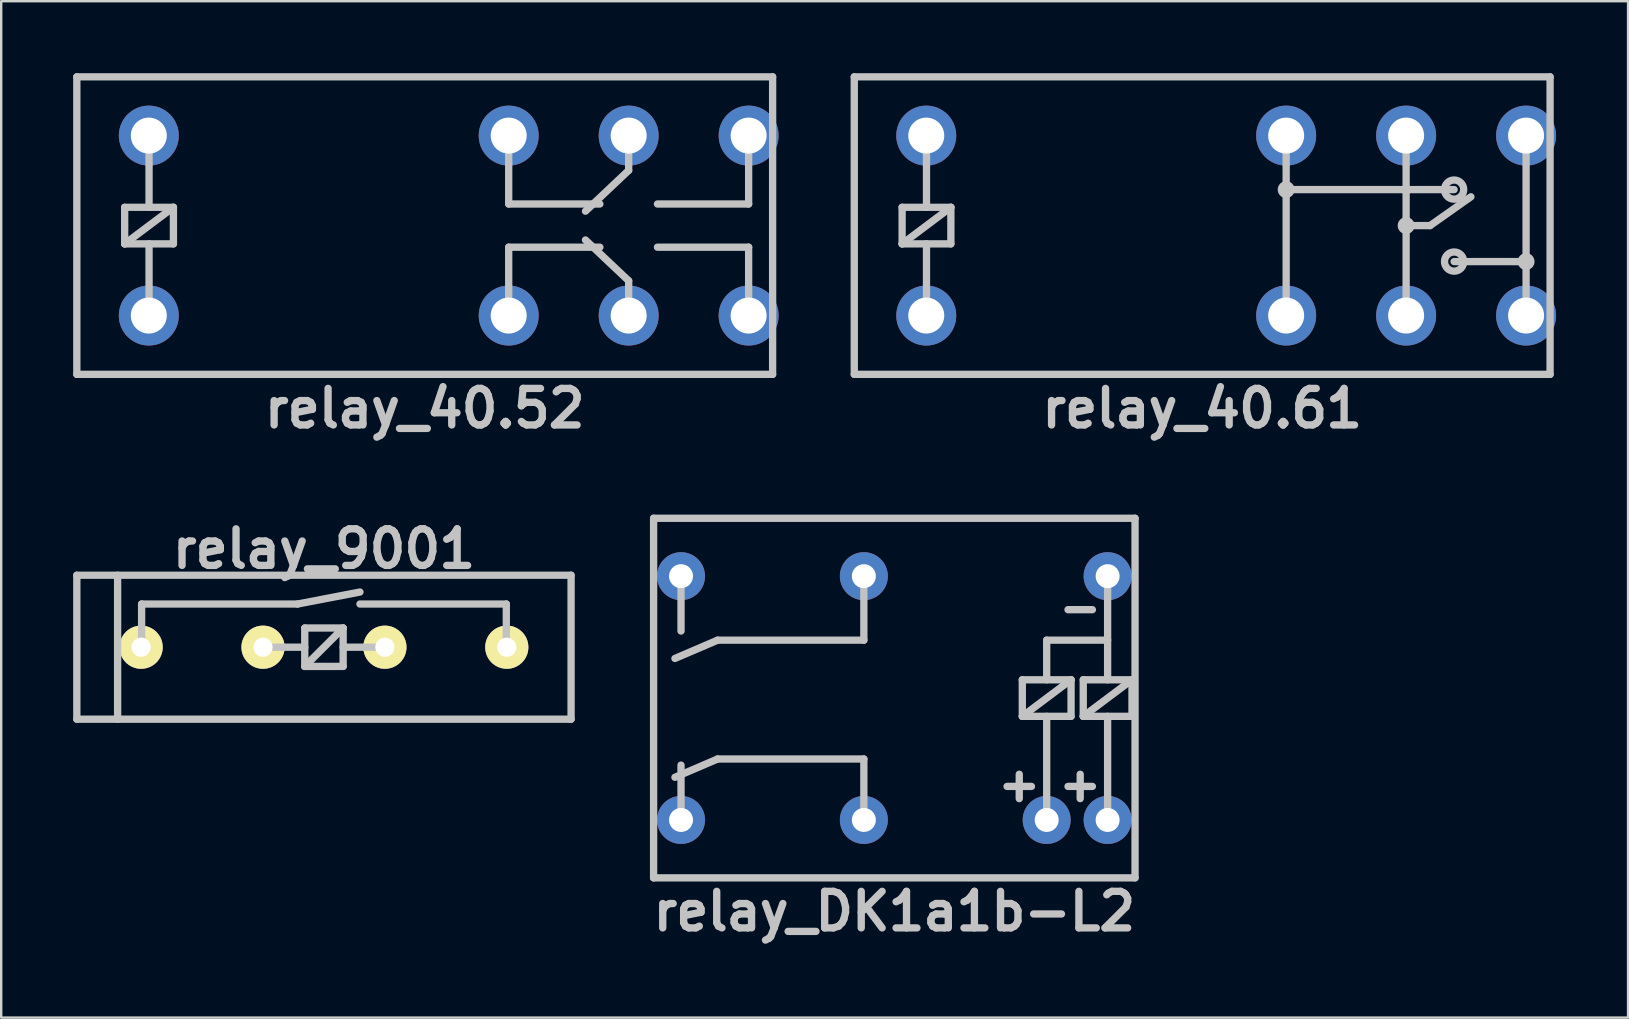
<source format=kicad_pcb>
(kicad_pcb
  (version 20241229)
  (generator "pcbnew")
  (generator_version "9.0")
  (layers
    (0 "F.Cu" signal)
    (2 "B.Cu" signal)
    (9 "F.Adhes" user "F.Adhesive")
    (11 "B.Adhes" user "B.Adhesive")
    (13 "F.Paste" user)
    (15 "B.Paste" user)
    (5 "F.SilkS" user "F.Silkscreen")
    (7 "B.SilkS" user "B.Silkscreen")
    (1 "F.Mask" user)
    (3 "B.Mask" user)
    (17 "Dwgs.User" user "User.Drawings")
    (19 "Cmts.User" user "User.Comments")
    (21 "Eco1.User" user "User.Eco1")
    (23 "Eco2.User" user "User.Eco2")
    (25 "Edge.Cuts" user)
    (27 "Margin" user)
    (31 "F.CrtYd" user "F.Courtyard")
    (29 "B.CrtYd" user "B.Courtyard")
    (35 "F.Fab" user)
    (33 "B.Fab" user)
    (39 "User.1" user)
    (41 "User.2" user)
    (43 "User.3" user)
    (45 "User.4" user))
  (footprint "relay_40.52"
    (layer "F.Cu")
    (at 14.652 6.352)
    (property "Reference" "relay_40.52" (at 0 7.62 0) (layer "Dwgs.User") (effects (font (size 1.524 1.524) (thickness 0.305))))
    (attr through_hole)
    (fp_line (start -14.5 -6.2) (end -14.5 6.2) (stroke (width 0.305) (type solid)) (layer "Dwgs.User"))
    (fp_line (start -14.5 -6.2) (end 14.5 -6.2) (stroke (width 0.305) (type solid)) (layer "Dwgs.User"))
    (fp_line (start -14.5 6.2) (end 14.5 6.2) (stroke (width 0.305) (type solid)) (layer "Dwgs.User"))
    (fp_line (start -12.506 -0.762) (end -10.474 -0.762) (stroke (width 0.305) (type solid)) (layer "Dwgs.User"))
    (fp_line (start -12.506 0.762) (end -12.506 -0.762) (stroke (width 0.305) (type solid)) (layer "Dwgs.User"))
    (fp_line (start -12.506 0.762) (end -10.474 -0.762) (stroke (width 0.305) (type solid)) (layer "Dwgs.User"))
    (fp_line (start -11.49 -3.81) (end -11.49 -0.762) (stroke (width 0.305) (type solid)) (layer "Dwgs.User"))
    (fp_line (start -11.49 3.81) (end -11.49 0.762) (stroke (width 0.305) (type solid)) (layer "Dwgs.User"))
    (fp_line (start -10.474 -0.762) (end -10.474 0.762) (stroke (width 0.305) (type solid)) (layer "Dwgs.User"))
    (fp_line (start -10.474 0.762) (end -12.506 0.762) (stroke (width 0.305) (type solid)) (layer "Dwgs.User"))
    (fp_line (start 3.5 -3.7) (end 3.5 -0.9) (stroke (width 0.305) (type solid)) (layer "Dwgs.User"))
    (fp_line (start 3.5 -0.9) (end 7.3 -0.9) (stroke (width 0.305) (type solid)) (layer "Dwgs.User"))
    (fp_line (start 3.5 0.9) (end 7.3 0.9) (stroke (width 0.305) (type solid)) (layer "Dwgs.User"))
    (fp_line (start 3.5 3.7) (end 3.5 0.9) (stroke (width 0.305) (type solid)) (layer "Dwgs.User"))
    (fp_line (start 8.5 -3.7) (end 8.5 -2.3) (stroke (width 0.305) (type solid)) (layer "Dwgs.User"))
    (fp_line (start 8.5 -2.3) (end 6.7 -0.6) (stroke (width 0.305) (type solid)) (layer "Dwgs.User"))
    (fp_line (start 8.5 2.3) (end 6.7 0.6) (stroke (width 0.305) (type solid)) (layer "Dwgs.User"))
    (fp_line (start 8.5 3.7) (end 8.5 2.3) (stroke (width 0.305) (type solid)) (layer "Dwgs.User"))
    (fp_line (start 9.7 -0.9) (end 13.5 -0.9) (stroke (width 0.305) (type solid)) (layer "Dwgs.User"))
    (fp_line (start 9.7 0.9) (end 13.5 0.9) (stroke (width 0.305) (type solid)) (layer "Dwgs.User"))
    (fp_line (start 13.5 -3.7) (end 13.5 -0.9) (stroke (width 0.305) (type solid)) (layer "Dwgs.User"))
    (fp_line (start 13.5 3.7) (end 13.5 0.9) (stroke (width 0.305) (type solid)) (layer "Dwgs.User"))
    (fp_line (start 14.5 -6.2) (end 14.5 6.2) (stroke (width 0.305) (type solid)) (layer "Dwgs.User"))
    (pad "1" thru_hole circle (at -11.5 3.75) (size 2.5 2.5) (drill 1.5) (layers "*.Cu" "*.Mask"))
    (pad "2" thru_hole circle (at -11.5 -3.75) (size 2.5 2.5) (drill 1.5) (layers "*.Cu" "*.Mask"))
    (pad "11" thru_hole circle (at 8.5 3.75) (size 2.5 2.5) (drill 1.5) (layers "*.Cu" "*.Mask"))
    (pad "12" thru_hole circle (at 3.5 3.75) (size 2.5 2.5) (drill 1.5) (layers "*.Cu" "*.Mask"))
    (pad "14" thru_hole circle (at 13.5 3.75) (size 2.5 2.5) (drill 1.5) (layers "*.Cu" "*.Mask"))
    (pad "21" thru_hole circle (at 8.5 -3.75) (size 2.5 2.5) (drill 1.5) (layers "*.Cu" "*.Mask"))
    (pad "22" thru_hole circle (at 3.5 -3.75) (size 2.5 2.5) (drill 1.5) (layers "*.Cu" "*.Mask"))
    (pad "24" thru_hole circle (at 13.5 -3.75) (size 2.5 2.5) (drill 1.5) (layers "*.Cu" "*.Mask")))
  (footprint "relay_9001"
    (layer "F.Cu")
    (at 10.452 23.925)
    (property "Reference" "relay_9001" (at 0 -4.1 0) (layer "Dwgs.User") (effects (font (size 1.524 1.524) (thickness 0.305))))
    (attr through_hole)
    (fp_line (start -10.3 -3) (end -10.3 3) (stroke (width 0.305) (type solid)) (layer "Dwgs.User"))
    (fp_line (start -10.3 -3) (end 10.3 -3) (stroke (width 0.305) (type solid)) (layer "Dwgs.User"))
    (fp_line (start -10.3 3) (end 10.3 3) (stroke (width 0.305) (type solid)) (layer "Dwgs.User"))
    (fp_line (start -8.6 -3) (end -8.6 3) (stroke (width 0.305) (type solid)) (layer "Dwgs.User"))
    (fp_line (start -7.6 -1.8) (end -7.6 0) (stroke (width 0.305) (type solid)) (layer "Dwgs.User"))
    (fp_line (start -7.6 -1.8) (end -1.1 -1.8) (stroke (width 0.305) (type solid)) (layer "Dwgs.User"))
    (fp_line (start -2.5 0) (end -0.8 0) (stroke (width 0.305) (type solid)) (layer "Dwgs.User"))
    (fp_line (start -1.1 -1.8) (end 1.5 -2.3) (stroke (width 0.305) (type solid)) (layer "Dwgs.User"))
    (fp_line (start -0.8 -0.8) (end 0.8 -0.8) (stroke (width 0.305) (type solid)) (layer "Dwgs.User"))
    (fp_line (start -0.8 0.8) (end -0.8 -0.8) (stroke (width 0.305) (type solid)) (layer "Dwgs.User"))
    (fp_line (start -0.8 0.8) (end 0.8 -0.8) (stroke (width 0.305) (type solid)) (layer "Dwgs.User"))
    (fp_line (start -0.8 0.8) (end 0.8 0.8) (stroke (width 0.305) (type solid)) (layer "Dwgs.User"))
    (fp_line (start 0.8 -0.8) (end 0.8 0.8) (stroke (width 0.305) (type solid)) (layer "Dwgs.User"))
    (fp_line (start 0.8 0) (end 2.5 0) (stroke (width 0.305) (type solid)) (layer "Dwgs.User"))
    (fp_line (start 1.5 -1.8) (end 7.6 -1.8) (stroke (width 0.305) (type solid)) (layer "Dwgs.User"))
    (fp_line (start 7.6 -1.8) (end 7.6 0) (stroke (width 0.305) (type solid)) (layer "Dwgs.User"))
    (fp_line (start 10.3 -3) (end 10.3 3) (stroke (width 0.305) (type solid)) (layer "Dwgs.User"))
    (pad "1" thru_hole circle (at -7.62 0) (size 1.8 1.8) (drill 0.8) (layers "*.Cu" "*.Mask" "F.SilkS"))
    (pad "3" thru_hole circle (at -2.54 0) (size 1.8 1.8) (drill 0.8) (layers "*.Cu" "*.Mask" "F.SilkS"))
    (pad "5" thru_hole circle (at 2.54 0) (size 1.8 1.8) (drill 0.8) (layers "*.Cu" "*.Mask" "F.SilkS"))
    (pad "7" thru_hole circle (at 7.62 0) (size 1.8 1.8) (drill 0.8) (layers "*.Cu" "*.Mask" "F.SilkS")))
  (footprint "relay_40.61"
    (layer "F.Cu")
    (at 47.055 6.352)
    (property "Reference" "relay_40.61" (at 0 7.62 0) (layer "Dwgs.User") (effects (font (size 1.524 1.524) (thickness 0.305))))
    (attr through_hole)
    (fp_line (start -14.5 -6.2) (end -14.5 6.2) (stroke (width 0.305) (type solid)) (layer "Dwgs.User"))
    (fp_line (start -14.5 -6.2) (end 14.5 -6.2) (stroke (width 0.305) (type solid)) (layer "Dwgs.User"))
    (fp_line (start -14.5 6.2) (end 14.5 6.2) (stroke (width 0.305) (type solid)) (layer "Dwgs.User"))
    (fp_line (start -12.506 -0.762) (end -10.474 -0.762) (stroke (width 0.305) (type solid)) (layer "Dwgs.User"))
    (fp_line (start -12.506 0.762) (end -12.506 -0.762) (stroke (width 0.305) (type solid)) (layer "Dwgs.User"))
    (fp_line (start -12.506 0.762) (end -10.474 -0.762) (stroke (width 0.305) (type solid)) (layer "Dwgs.User"))
    (fp_line (start -11.49 -3.81) (end -11.49 -0.762) (stroke (width 0.305) (type solid)) (layer "Dwgs.User"))
    (fp_line (start -11.49 3.81) (end -11.49 0.762) (stroke (width 0.305) (type solid)) (layer "Dwgs.User"))
    (fp_line (start -10.474 -0.762) (end -10.474 0.762) (stroke (width 0.305) (type solid)) (layer "Dwgs.User"))
    (fp_line (start -10.474 0.762) (end -12.506 0.762) (stroke (width 0.305) (type solid)) (layer "Dwgs.User"))
    (fp_line (start 3.5 -3.7) (end 3.5 3.7) (stroke (width 0.305) (type solid)) (layer "Dwgs.User"))
    (fp_line (start 3.5 -1.5) (end 10.5 -1.5) (stroke (width 0.305) (type solid)) (layer "Dwgs.User"))
    (fp_line (start 8.5 -3.7) (end 8.5 -1.4) (stroke (width 0.305) (type solid)) (layer "Dwgs.User"))
    (fp_line (start 8.5 0) (end 9.5 0) (stroke (width 0.305) (type solid)) (layer "Dwgs.User"))
    (fp_line (start 8.5 3.7) (end 8.5 -1.4) (stroke (width 0.305) (type solid)) (layer "Dwgs.User"))
    (fp_line (start 9.5 0) (end 11.2 -1.2) (stroke (width 0.305) (type solid)) (layer "Dwgs.User"))
    (fp_line (start 10.5 1.5) (end 13.5 1.5) (stroke (width 0.305) (type solid)) (layer "Dwgs.User"))
    (fp_line (start 13.5 -3.7) (end 13.5 3.7) (stroke (width 0.305) (type solid)) (layer "Dwgs.User"))
    (fp_line (start 14.5 -6.2) (end 14.5 6.2) (stroke (width 0.305) (type solid)) (layer "Dwgs.User"))
    (fp_circle (center 3.5 -1.5) (end 3.3 -1.5) (stroke (width 0.305) (type solid)) (fill no) (layer "Dwgs.User"))
    (fp_circle (center 8.5 0) (end 8.7 0) (stroke (width 0.305) (type solid)) (fill no) (layer "Dwgs.User"))
    (fp_circle (center 10.5 -1.5) (end 10.1 -1.5) (stroke (width 0.305) (type solid)) (fill no) (layer "Dwgs.User"))
    (fp_circle (center 10.5 1.5) (end 10.1 1.5) (stroke (width 0.305) (type solid)) (fill no) (layer "Dwgs.User"))
    (fp_circle (center 13.5 1.5) (end 13.7 1.5) (stroke (width 0.305) (type solid)) (fill no) (layer "Dwgs.User"))
    (pad "1" thru_hole circle (at -11.5 3.75) (size 2.5 2.5) (drill 1.5) (layers "*.Cu" "*.Mask"))
    (pad "2" thru_hole circle (at -11.5 -3.75) (size 2.5 2.5) (drill 1.5) (layers "*.Cu" "*.Mask"))
    (pad "11" thru_hole circle (at 8.5 3.75) (size 2.5 2.5) (drill 1.5) (layers "*.Cu" "*.Mask"))
    (pad "12" thru_hole circle (at 3.5 3.75) (size 2.5 2.5) (drill 1.5) (layers "*.Cu" "*.Mask"))
    (pad "14" thru_hole circle (at 13.5 3.75) (size 2.5 2.5) (drill 1.5) (layers "*.Cu" "*.Mask"))
    (pad "21" thru_hole circle (at 8.5 -3.75) (size 2.5 2.5) (drill 1.5) (layers "*.Cu" "*.Mask"))
    (pad "22" thru_hole circle (at 3.5 -3.75) (size 2.5 2.5) (drill 1.5) (layers "*.Cu" "*.Mask"))
    (pad "24" thru_hole circle (at 13.5 -3.75) (size 2.5 2.5) (drill 1.5) (layers "*.Cu" "*.Mask")))
  (footprint "relay_DK1a1b-L2"
    (layer "F.Cu")
    (at 34.224 26.044)
    (property "Reference" "relay_DK1a1b-L2" (at 0 8.89 0) (layer "Dwgs.User") (effects (font (size 1.524 1.524) (thickness 0.305))))
    (attr through_hole)
    (fp_line (start -10.033 -7.493) (end -10.033 7.493) (stroke (width 0.305) (type solid)) (layer "Dwgs.User"))
    (fp_line (start -10.033 7.493) (end 10.033 7.493) (stroke (width 0.305) (type solid)) (layer "Dwgs.User"))
    (fp_line (start -8.89 -5.08) (end -8.89 -2.794) (stroke (width 0.305) (type solid)) (layer "Dwgs.User"))
    (fp_line (start -8.89 2.794) (end -8.89 5.08) (stroke (width 0.305) (type solid)) (layer "Dwgs.User"))
    (fp_line (start -7.366 -2.413) (end -9.144 -1.651) (stroke (width 0.305) (type solid)) (layer "Dwgs.User"))
    (fp_line (start -7.366 2.54) (end -9.144 3.302) (stroke (width 0.305) (type solid)) (layer "Dwgs.User"))
    (fp_line (start -1.27 -4.953) (end -1.27 -2.413) (stroke (width 0.305) (type solid)) (layer "Dwgs.User"))
    (fp_line (start -1.27 -2.413) (end -7.366 -2.413) (stroke (width 0.305) (type solid)) (layer "Dwgs.User"))
    (fp_line (start -1.27 2.54) (end -7.366 2.54) (stroke (width 0.305) (type solid)) (layer "Dwgs.User"))
    (fp_line (start -1.27 2.54) (end -1.27 5.08) (stroke (width 0.305) (type solid)) (layer "Dwgs.User"))
    (fp_line (start 4.699 3.683) (end 5.715 3.683) (stroke (width 0.305) (type solid)) (layer "Dwgs.User"))
    (fp_line (start 5.207 3.175) (end 5.207 4.191) (stroke (width 0.305) (type solid)) (layer "Dwgs.User"))
    (fp_line (start 5.334 -0.762) (end 7.366 -0.762) (stroke (width 0.305) (type solid)) (layer "Dwgs.User"))
    (fp_line (start 5.334 0.762) (end 5.334 -0.762) (stroke (width 0.305) (type solid)) (layer "Dwgs.User"))
    (fp_line (start 6.35 -2.413) (end 8.89 -2.413) (stroke (width 0.305) (type solid)) (layer "Dwgs.User"))
    (fp_line (start 6.35 -0.762) (end 6.35 -2.413) (stroke (width 0.305) (type solid)) (layer "Dwgs.User"))
    (fp_line (start 6.35 5.08) (end 6.35 0.762) (stroke (width 0.305) (type solid)) (layer "Dwgs.User"))
    (fp_line (start 7.239 -3.683) (end 8.255 -3.683) (stroke (width 0.305) (type solid)) (layer "Dwgs.User"))
    (fp_line (start 7.239 3.683) (end 8.255 3.683) (stroke (width 0.305) (type solid)) (layer "Dwgs.User"))
    (fp_line (start 7.366 -0.762) (end 5.334 0.762) (stroke (width 0.305) (type solid)) (layer "Dwgs.User"))
    (fp_line (start 7.366 -0.762) (end 7.366 0.762) (stroke (width 0.305) (type solid)) (layer "Dwgs.User"))
    (fp_line (start 7.366 0.762) (end 5.334 0.762) (stroke (width 0.305) (type solid)) (layer "Dwgs.User"))
    (fp_line (start 7.747 3.175) (end 7.747 4.191) (stroke (width 0.305) (type solid)) (layer "Dwgs.User"))
    (fp_line (start 7.874 -0.762) (end 9.906 -0.762) (stroke (width 0.305) (type solid)) (layer "Dwgs.User"))
    (fp_line (start 7.874 0.762) (end 7.874 -0.762) (stroke (width 0.305) (type solid)) (layer "Dwgs.User"))
    (fp_line (start 8.89 -0.762) (end 8.89 -5.08) (stroke (width 0.305) (type solid)) (layer "Dwgs.User"))
    (fp_line (start 8.89 5.08) (end 8.89 0.762) (stroke (width 0.305) (type solid)) (layer "Dwgs.User"))
    (fp_line (start 9.906 -0.762) (end 7.874 0.762) (stroke (width 0.305) (type solid)) (layer "Dwgs.User"))
    (fp_line (start 9.906 -0.762) (end 9.906 0.762) (stroke (width 0.305) (type solid)) (layer "Dwgs.User"))
    (fp_line (start 9.906 0.762) (end 7.874 0.762) (stroke (width 0.305) (type solid)) (layer "Dwgs.User"))
    (fp_line (start 10.033 -7.493) (end -10.033 -7.493) (stroke (width 0.305) (type solid)) (layer "Dwgs.User"))
    (fp_line (start 10.033 7.493) (end 10.033 -7.493) (stroke (width 0.305) (type solid)) (layer "Dwgs.User"))
    (pad "1" thru_hole circle (at 8.89 -5.08 180) (size 2 2) (drill 1) (layers "*.Cu" "*.Mask"))
    (pad "3" thru_hole circle (at -1.27 -5.08 180) (size 2 2) (drill 1) (layers "*.Cu" "*.Mask"))
    (pad "4" thru_hole circle (at -8.89 -5.08 180) (size 2 2) (drill 1) (layers "*.Cu" "*.Mask"))
    (pad "5" thru_hole circle (at -8.89 5.08 180) (size 2 2) (drill 1) (layers "*.Cu" "*.Mask"))
    (pad "6" thru_hole circle (at -1.27 5.08 180) (size 2 2) (drill 1) (layers "*.Cu" "*.Mask"))
    (pad "7" thru_hole circle (at 6.35 5.08 180) (size 2 2) (drill 1) (layers "*.Cu" "*.Mask"))
    (pad "8" thru_hole circle (at 8.89 5.08 180) (size 2 2) (drill 1) (layers "*.Cu" "*.Mask")))
  (gr_rect
    (start -3 -3)
    (end 64.805 39.361)
    (stroke (width 0.1) (type default))
    (fill no)
    (layer "Edge.Cuts")))
</source>
